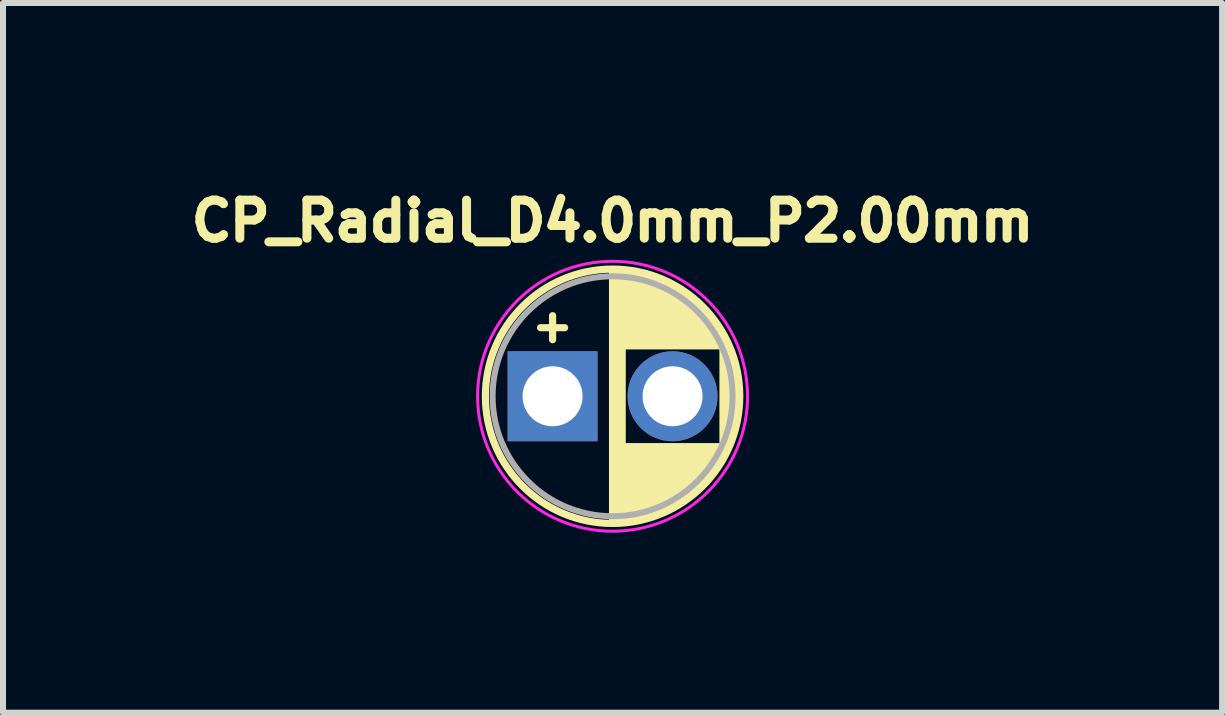
<source format=kicad_pcb>
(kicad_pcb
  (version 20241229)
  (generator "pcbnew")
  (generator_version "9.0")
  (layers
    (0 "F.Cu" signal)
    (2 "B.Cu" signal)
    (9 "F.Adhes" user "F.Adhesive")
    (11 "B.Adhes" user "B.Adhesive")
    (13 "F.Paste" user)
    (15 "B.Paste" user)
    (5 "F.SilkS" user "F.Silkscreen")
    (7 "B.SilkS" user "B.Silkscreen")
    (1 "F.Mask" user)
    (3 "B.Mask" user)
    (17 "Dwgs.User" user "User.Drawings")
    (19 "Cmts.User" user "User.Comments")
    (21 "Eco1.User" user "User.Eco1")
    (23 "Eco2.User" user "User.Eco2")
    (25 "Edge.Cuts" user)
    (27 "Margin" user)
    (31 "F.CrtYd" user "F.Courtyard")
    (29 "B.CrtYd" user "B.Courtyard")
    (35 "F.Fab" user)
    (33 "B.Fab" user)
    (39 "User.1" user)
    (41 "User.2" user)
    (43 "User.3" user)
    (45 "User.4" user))
  (footprint "CP_Radial_D4.0mm_P2.00mm"
    (layer "F.Cu")
    (at 6.162 3.556)
    (property "Reference" "CP_Radial_D4.0mm_P2.00mm" (at 1 -2.921 0) (layer "F.SilkS") (effects (font (size 0.635 0.635) (thickness 0.15))))
    (attr through_hole)
    (fp_line (start -0.2 -1.143) (end 0.2 -1.143) (stroke (width 0.12) (type solid)) (layer "F.SilkS"))
    (fp_line (start 0 -1.343) (end 0 -0.943) (stroke (width 0.12) (type solid)) (layer "F.SilkS"))
    (fp_line (start 1 -2.08) (end 1 2.08) (stroke (width 0.12) (type solid)) (layer "F.SilkS"))
    (fp_line (start 1.04 -2.08) (end 1.04 2.08) (stroke (width 0.12) (type solid)) (layer "F.SilkS"))
    (fp_line (start 1.08 -2.079) (end 1.08 2.079) (stroke (width 0.12) (type solid)) (layer "F.SilkS"))
    (fp_line (start 1.12 -2.077) (end 1.12 2.077) (stroke (width 0.12) (type solid)) (layer "F.SilkS"))
    (fp_line (start 1.16 -2.074) (end 1.16 2.074) (stroke (width 0.12) (type solid)) (layer "F.SilkS"))
    (fp_line (start 1.2 -2.071) (end 1.2 -0.84) (stroke (width 0.12) (type solid)) (layer "F.SilkS"))
    (fp_line (start 1.2 0.84) (end 1.2 2.071) (stroke (width 0.12) (type solid)) (layer "F.SilkS"))
    (fp_line (start 1.24 -2.067) (end 1.24 -0.84) (stroke (width 0.12) (type solid)) (layer "F.SilkS"))
    (fp_line (start 1.24 0.84) (end 1.24 2.067) (stroke (width 0.12) (type solid)) (layer "F.SilkS"))
    (fp_line (start 1.28 -2.062) (end 1.28 -0.84) (stroke (width 0.12) (type solid)) (layer "F.SilkS"))
    (fp_line (start 1.28 0.84) (end 1.28 2.062) (stroke (width 0.12) (type solid)) (layer "F.SilkS"))
    (fp_line (start 1.32 -2.056) (end 1.32 -0.84) (stroke (width 0.12) (type solid)) (layer "F.SilkS"))
    (fp_line (start 1.32 0.84) (end 1.32 2.056) (stroke (width 0.12) (type solid)) (layer "F.SilkS"))
    (fp_line (start 1.36 -2.05) (end 1.36 -0.84) (stroke (width 0.12) (type solid)) (layer "F.SilkS"))
    (fp_line (start 1.36 0.84) (end 1.36 2.05) (stroke (width 0.12) (type solid)) (layer "F.SilkS"))
    (fp_line (start 1.4 -2.042) (end 1.4 -0.84) (stroke (width 0.12) (type solid)) (layer "F.SilkS"))
    (fp_line (start 1.4 0.84) (end 1.4 2.042) (stroke (width 0.12) (type solid)) (layer "F.SilkS"))
    (fp_line (start 1.44 -2.034) (end 1.44 -0.84) (stroke (width 0.12) (type solid)) (layer "F.SilkS"))
    (fp_line (start 1.44 0.84) (end 1.44 2.034) (stroke (width 0.12) (type solid)) (layer "F.SilkS"))
    (fp_line (start 1.48 -2.025) (end 1.48 -0.84) (stroke (width 0.12) (type solid)) (layer "F.SilkS"))
    (fp_line (start 1.48 0.84) (end 1.48 2.025) (stroke (width 0.12) (type solid)) (layer "F.SilkS"))
    (fp_line (start 1.52 -2.016) (end 1.52 -0.84) (stroke (width 0.12) (type solid)) (layer "F.SilkS"))
    (fp_line (start 1.52 0.84) (end 1.52 2.016) (stroke (width 0.12) (type solid)) (layer "F.SilkS"))
    (fp_line (start 1.56 -2.005) (end 1.56 -0.84) (stroke (width 0.12) (type solid)) (layer "F.SilkS"))
    (fp_line (start 1.56 0.84) (end 1.56 2.005) (stroke (width 0.12) (type solid)) (layer "F.SilkS"))
    (fp_line (start 1.6 -1.994) (end 1.6 -0.84) (stroke (width 0.12) (type solid)) (layer "F.SilkS"))
    (fp_line (start 1.6 0.84) (end 1.6 1.994) (stroke (width 0.12) (type solid)) (layer "F.SilkS"))
    (fp_line (start 1.64 -1.982) (end 1.64 -0.84) (stroke (width 0.12) (type solid)) (layer "F.SilkS"))
    (fp_line (start 1.64 0.84) (end 1.64 1.982) (stroke (width 0.12) (type solid)) (layer "F.SilkS"))
    (fp_line (start 1.68 -1.968) (end 1.68 -0.84) (stroke (width 0.12) (type solid)) (layer "F.SilkS"))
    (fp_line (start 1.68 0.84) (end 1.68 1.968) (stroke (width 0.12) (type solid)) (layer "F.SilkS"))
    (fp_line (start 1.721 -1.954) (end 1.721 -0.84) (stroke (width 0.12) (type solid)) (layer "F.SilkS"))
    (fp_line (start 1.721 0.84) (end 1.721 1.954) (stroke (width 0.12) (type solid)) (layer "F.SilkS"))
    (fp_line (start 1.761 -1.94) (end 1.761 -0.84) (stroke (width 0.12) (type solid)) (layer "F.SilkS"))
    (fp_line (start 1.761 0.84) (end 1.761 1.94) (stroke (width 0.12) (type solid)) (layer "F.SilkS"))
    (fp_line (start 1.801 -1.924) (end 1.801 -0.84) (stroke (width 0.12) (type solid)) (layer "F.SilkS"))
    (fp_line (start 1.801 0.84) (end 1.801 1.924) (stroke (width 0.12) (type solid)) (layer "F.SilkS"))
    (fp_line (start 1.841 -1.907) (end 1.841 -0.84) (stroke (width 0.12) (type solid)) (layer "F.SilkS"))
    (fp_line (start 1.841 0.84) (end 1.841 1.907) (stroke (width 0.12) (type solid)) (layer "F.SilkS"))
    (fp_line (start 1.881 -1.889) (end 1.881 -0.84) (stroke (width 0.12) (type solid)) (layer "F.SilkS"))
    (fp_line (start 1.881 0.84) (end 1.881 1.889) (stroke (width 0.12) (type solid)) (layer "F.SilkS"))
    (fp_line (start 1.921 -1.87) (end 1.921 -0.84) (stroke (width 0.12) (type solid)) (layer "F.SilkS"))
    (fp_line (start 1.921 0.84) (end 1.921 1.87) (stroke (width 0.12) (type solid)) (layer "F.SilkS"))
    (fp_line (start 1.961 -1.851) (end 1.961 -0.84) (stroke (width 0.12) (type solid)) (layer "F.SilkS"))
    (fp_line (start 1.961 0.84) (end 1.961 1.851) (stroke (width 0.12) (type solid)) (layer "F.SilkS"))
    (fp_line (start 2.001 -1.83) (end 2.001 -0.84) (stroke (width 0.12) (type solid)) (layer "F.SilkS"))
    (fp_line (start 2.001 0.84) (end 2.001 1.83) (stroke (width 0.12) (type solid)) (layer "F.SilkS"))
    (fp_line (start 2.041 -1.808) (end 2.041 -0.84) (stroke (width 0.12) (type solid)) (layer "F.SilkS"))
    (fp_line (start 2.041 0.84) (end 2.041 1.808) (stroke (width 0.12) (type solid)) (layer "F.SilkS"))
    (fp_line (start 2.081 -1.785) (end 2.081 -0.84) (stroke (width 0.12) (type solid)) (layer "F.SilkS"))
    (fp_line (start 2.081 0.84) (end 2.081 1.785) (stroke (width 0.12) (type solid)) (layer "F.SilkS"))
    (fp_line (start 2.121 -1.76) (end 2.121 -0.84) (stroke (width 0.12) (type solid)) (layer "F.SilkS"))
    (fp_line (start 2.121 0.84) (end 2.121 1.76) (stroke (width 0.12) (type solid)) (layer "F.SilkS"))
    (fp_line (start 2.161 -1.735) (end 2.161 -0.84) (stroke (width 0.12) (type solid)) (layer "F.SilkS"))
    (fp_line (start 2.161 0.84) (end 2.161 1.735) (stroke (width 0.12) (type solid)) (layer "F.SilkS"))
    (fp_line (start 2.201 -1.708) (end 2.201 -0.84) (stroke (width 0.12) (type solid)) (layer "F.SilkS"))
    (fp_line (start 2.201 0.84) (end 2.201 1.708) (stroke (width 0.12) (type solid)) (layer "F.SilkS"))
    (fp_line (start 2.241 -1.68) (end 2.241 -0.84) (stroke (width 0.12) (type solid)) (layer "F.SilkS"))
    (fp_line (start 2.241 0.84) (end 2.241 1.68) (stroke (width 0.12) (type solid)) (layer "F.SilkS"))
    (fp_line (start 2.281 -1.65) (end 2.281 -0.84) (stroke (width 0.12) (type solid)) (layer "F.SilkS"))
    (fp_line (start 2.281 0.84) (end 2.281 1.65) (stroke (width 0.12) (type solid)) (layer "F.SilkS"))
    (fp_line (start 2.321 -1.619) (end 2.321 -0.84) (stroke (width 0.12) (type solid)) (layer "F.SilkS"))
    (fp_line (start 2.321 0.84) (end 2.321 1.619) (stroke (width 0.12) (type solid)) (layer "F.SilkS"))
    (fp_line (start 2.361 -1.587) (end 2.361 -0.84) (stroke (width 0.12) (type solid)) (layer "F.SilkS"))
    (fp_line (start 2.361 0.84) (end 2.361 1.587) (stroke (width 0.12) (type solid)) (layer "F.SilkS"))
    (fp_line (start 2.401 -1.552) (end 2.401 -0.84) (stroke (width 0.12) (type solid)) (layer "F.SilkS"))
    (fp_line (start 2.401 0.84) (end 2.401 1.552) (stroke (width 0.12) (type solid)) (layer "F.SilkS"))
    (fp_line (start 2.441 -1.516) (end 2.441 -0.84) (stroke (width 0.12) (type solid)) (layer "F.SilkS"))
    (fp_line (start 2.441 0.84) (end 2.441 1.516) (stroke (width 0.12) (type solid)) (layer "F.SilkS"))
    (fp_line (start 2.481 -1.478) (end 2.481 -0.84) (stroke (width 0.12) (type solid)) (layer "F.SilkS"))
    (fp_line (start 2.481 0.84) (end 2.481 1.478) (stroke (width 0.12) (type solid)) (layer "F.SilkS"))
    (fp_line (start 2.521 -1.438) (end 2.521 -0.84) (stroke (width 0.12) (type solid)) (layer "F.SilkS"))
    (fp_line (start 2.521 0.84) (end 2.521 1.438) (stroke (width 0.12) (type solid)) (layer "F.SilkS"))
    (fp_line (start 2.561 -1.396) (end 2.561 -0.84) (stroke (width 0.12) (type solid)) (layer "F.SilkS"))
    (fp_line (start 2.561 0.84) (end 2.561 1.396) (stroke (width 0.12) (type solid)) (layer "F.SilkS"))
    (fp_line (start 2.601 -1.351) (end 2.601 -0.84) (stroke (width 0.12) (type solid)) (layer "F.SilkS"))
    (fp_line (start 2.601 0.84) (end 2.601 1.351) (stroke (width 0.12) (type solid)) (layer "F.SilkS"))
    (fp_line (start 2.641 -1.304) (end 2.641 -0.84) (stroke (width 0.12) (type solid)) (layer "F.SilkS"))
    (fp_line (start 2.641 0.84) (end 2.641 1.304) (stroke (width 0.12) (type solid)) (layer "F.SilkS"))
    (fp_line (start 2.681 -1.254) (end 2.681 -0.84) (stroke (width 0.12) (type solid)) (layer "F.SilkS"))
    (fp_line (start 2.681 0.84) (end 2.681 1.254) (stroke (width 0.12) (type solid)) (layer "F.SilkS"))
    (fp_line (start 2.721 -1.2) (end 2.721 -0.84) (stroke (width 0.12) (type solid)) (layer "F.SilkS"))
    (fp_line (start 2.721 0.84) (end 2.721 1.2) (stroke (width 0.12) (type solid)) (layer "F.SilkS"))
    (fp_line (start 2.761 -1.142) (end 2.761 -0.84) (stroke (width 0.12) (type solid)) (layer "F.SilkS"))
    (fp_line (start 2.761 0.84) (end 2.761 1.142) (stroke (width 0.12) (type solid)) (layer "F.SilkS"))
    (fp_line (start 2.801 -1.08) (end 2.801 -0.84) (stroke (width 0.12) (type solid)) (layer "F.SilkS"))
    (fp_line (start 2.801 0.84) (end 2.801 1.08) (stroke (width 0.12) (type solid)) (layer "F.SilkS"))
    (fp_line (start 2.841 -1.013) (end 2.841 1.013) (stroke (width 0.12) (type solid)) (layer "F.SilkS"))
    (fp_line (start 2.881 -0.94) (end 2.881 0.94) (stroke (width 0.12) (type solid)) (layer "F.SilkS"))
    (fp_line (start 2.921 -0.859) (end 2.921 0.859) (stroke (width 0.12) (type solid)) (layer "F.SilkS"))
    (fp_line (start 2.961 -0.768) (end 2.961 0.768) (stroke (width 0.12) (type solid)) (layer "F.SilkS"))
    (fp_line (start 3.001 -0.664) (end 3.001 0.664) (stroke (width 0.12) (type solid)) (layer "F.SilkS"))
    (fp_line (start 3.041 -0.537) (end 3.041 0.537) (stroke (width 0.12) (type solid)) (layer "F.SilkS"))
    (fp_line (start 3.081 -0.37) (end 3.081 0.37) (stroke (width 0.12) (type solid)) (layer "F.SilkS"))
    (fp_circle (center 1 0) (end 3.12 0) (stroke (width 0.12) (type solid)) (fill no) (layer "F.SilkS"))
    (fp_circle (center 1 0) (end 3.25 0) (stroke (width 0.05) (type solid)) (fill no) (layer "F.CrtYd"))
    (fp_circle (center 1 0) (end 3 0) (stroke (width 0.1) (type solid)) (fill no) (layer "F.Fab"))
    (pad "1" thru_hole rect (at 0 0) (size 1.5 1.5) (drill 1) (layers "*.Cu" "*.Mask"))
    (pad "2" thru_hole circle (at 2 0) (size 1.5 1.5) (drill 1) (layers "*.Cu" "*.Mask")))
  (gr_rect
    (start -3 -3)
    (end 17.323 8.831)
    (stroke (width 0.1) (type default))
    (fill no)
    (layer "Edge.Cuts")))
</source>
